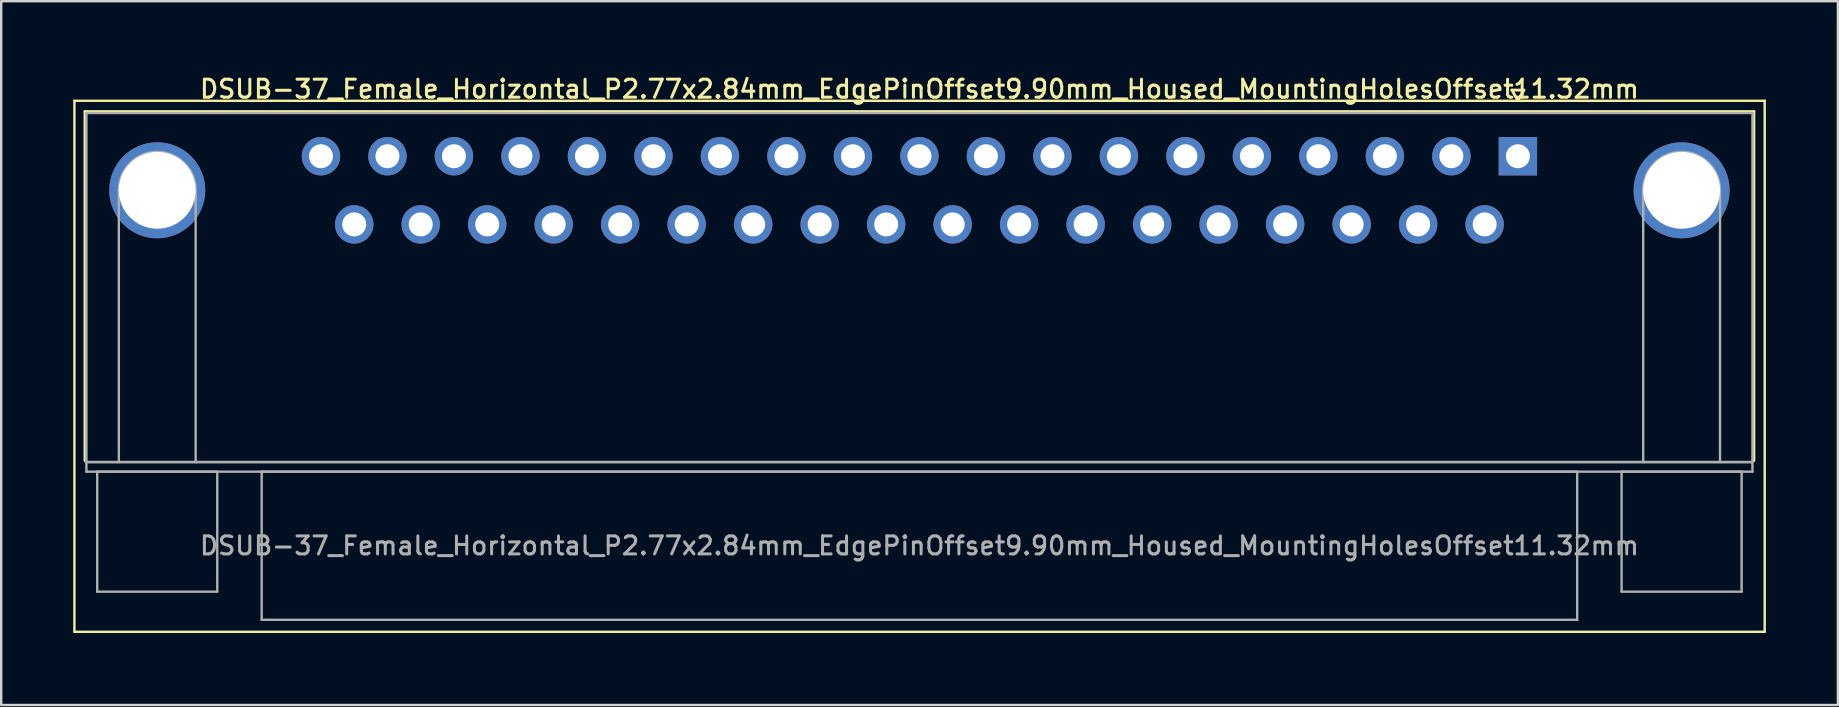
<source format=kicad_pcb>
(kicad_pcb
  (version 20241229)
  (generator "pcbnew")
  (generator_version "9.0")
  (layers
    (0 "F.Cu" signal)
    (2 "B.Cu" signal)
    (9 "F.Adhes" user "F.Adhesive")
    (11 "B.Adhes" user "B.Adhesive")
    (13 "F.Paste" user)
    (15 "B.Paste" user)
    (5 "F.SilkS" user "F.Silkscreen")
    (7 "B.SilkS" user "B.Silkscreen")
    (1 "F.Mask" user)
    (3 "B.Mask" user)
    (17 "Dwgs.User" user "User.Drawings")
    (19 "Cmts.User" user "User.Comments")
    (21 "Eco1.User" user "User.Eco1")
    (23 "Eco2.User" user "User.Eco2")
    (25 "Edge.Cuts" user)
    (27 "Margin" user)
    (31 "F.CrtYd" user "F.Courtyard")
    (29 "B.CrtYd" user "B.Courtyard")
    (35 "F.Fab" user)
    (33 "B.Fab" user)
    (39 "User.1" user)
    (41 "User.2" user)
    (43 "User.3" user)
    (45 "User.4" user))
  (footprint "DSUB-37_Female_Horizontal_P2.77x2.84mm_EdgePinOffset9.90mm_Housed_MountingHolesOffset11.32mm"
    (layer "F.Cu")
    (at 60.18 3.458)
    (property "Reference" "DSUB-37_Female_Horizontal_P2.77x2.84mm_EdgePinOffset9.90mm_Housed_MountingHolesOffset11.32mm" (at -24.93 -2.8 0) (layer "F.SilkS") (effects (font (size 0.75 0.75) (thickness 0.125))))
    (attr through_hole)
    (fp_line (start -60.13 -2.31) (end -60.13 19.81) (stroke (width 0.1) (type solid)) (layer "F.SilkS"))
    (fp_line (start -60.13 19.81) (end 10.28 19.81) (stroke (width 0.1) (type solid)) (layer "F.SilkS"))
    (fp_line (start -59.69 -1.86) (end 9.83 -1.86) (stroke (width 0.12) (type solid)) (layer "F.SilkS"))
    (fp_line (start -59.69 12.68) (end -59.69 -1.86) (stroke (width 0.12) (type solid)) (layer "F.SilkS"))
    (fp_line (start -0.25 -2.754) (end 0.25 -2.754) (stroke (width 0.12) (type solid)) (layer "F.SilkS"))
    (fp_line (start 0 -2.321) (end -0.25 -2.754) (stroke (width 0.12) (type solid)) (layer "F.SilkS"))
    (fp_line (start 0.25 -2.754) (end 0 -2.321) (stroke (width 0.12) (type solid)) (layer "F.SilkS"))
    (fp_line (start 9.83 -1.86) (end 9.83 12.68) (stroke (width 0.12) (type solid)) (layer "F.SilkS"))
    (fp_line (start 10.28 -2.31) (end -60.13 -2.31) (stroke (width 0.1) (type solid)) (layer "F.SilkS"))
    (fp_line (start 10.28 19.81) (end 10.28 -2.31) (stroke (width 0.1) (type solid)) (layer "F.SilkS"))
    (fp_line (start -59.63 -1.8) (end -59.63 12.74) (stroke (width 0.1) (type solid)) (layer "F.Fab"))
    (fp_line (start -59.63 12.74) (end -59.63 13.14) (stroke (width 0.1) (type solid)) (layer "F.Fab"))
    (fp_line (start -59.63 12.74) (end 9.77 12.74) (stroke (width 0.1) (type solid)) (layer "F.Fab"))
    (fp_line (start -59.63 13.14) (end 9.77 13.14) (stroke (width 0.1) (type solid)) (layer "F.Fab"))
    (fp_line (start -59.18 13.14) (end -59.18 18.14) (stroke (width 0.1) (type solid)) (layer "F.Fab"))
    (fp_line (start -59.18 18.14) (end -54.18 18.14) (stroke (width 0.1) (type solid)) (layer "F.Fab"))
    (fp_line (start -58.28 12.74) (end -58.28 1.42) (stroke (width 0.1) (type solid)) (layer "F.Fab"))
    (fp_line (start -55.08 12.74) (end -55.08 1.42) (stroke (width 0.1) (type solid)) (layer "F.Fab"))
    (fp_line (start -54.18 13.14) (end -59.18 13.14) (stroke (width 0.1) (type solid)) (layer "F.Fab"))
    (fp_line (start -54.18 18.14) (end -54.18 13.14) (stroke (width 0.1) (type solid)) (layer "F.Fab"))
    (fp_line (start -52.33 13.14) (end -52.33 19.31) (stroke (width 0.1) (type solid)) (layer "F.Fab"))
    (fp_line (start -52.33 19.31) (end 2.47 19.31) (stroke (width 0.1) (type solid)) (layer "F.Fab"))
    (fp_line (start 2.47 13.14) (end -52.33 13.14) (stroke (width 0.1) (type solid)) (layer "F.Fab"))
    (fp_line (start 2.47 19.31) (end 2.47 13.14) (stroke (width 0.1) (type solid)) (layer "F.Fab"))
    (fp_line (start 4.32 13.14) (end 4.32 18.14) (stroke (width 0.1) (type solid)) (layer "F.Fab"))
    (fp_line (start 4.32 18.14) (end 9.32 18.14) (stroke (width 0.1) (type solid)) (layer "F.Fab"))
    (fp_line (start 5.22 12.74) (end 5.22 1.42) (stroke (width 0.1) (type solid)) (layer "F.Fab"))
    (fp_line (start 8.42 12.74) (end 8.42 1.42) (stroke (width 0.1) (type solid)) (layer "F.Fab"))
    (fp_line (start 9.32 13.14) (end 4.32 13.14) (stroke (width 0.1) (type solid)) (layer "F.Fab"))
    (fp_line (start 9.32 18.14) (end 9.32 13.14) (stroke (width 0.1) (type solid)) (layer "F.Fab"))
    (fp_line (start 9.77 -1.8) (end -59.63 -1.8) (stroke (width 0.1) (type solid)) (layer "F.Fab"))
    (fp_line (start 9.77 12.74) (end -59.63 12.74) (stroke (width 0.1) (type solid)) (layer "F.Fab"))
    (fp_line (start 9.77 12.74) (end 9.77 -1.8) (stroke (width 0.1) (type solid)) (layer "F.Fab"))
    (fp_line (start 9.77 13.14) (end 9.77 12.74) (stroke (width 0.1) (type solid)) (layer "F.Fab"))
    (fp_arc (start -58.28 1.42) (mid -56.68 -0.18) (end -55.08 1.42) (stroke (width 0.1) (type solid)) (layer "F.Fab"))
    (fp_arc (start 5.22 1.42) (mid 6.82 -0.18) (end 8.42 1.42) (stroke (width 0.1) (type solid)) (layer "F.Fab"))
    (fp_text user "${REFERENCE}" (at -24.93 16.225 0) (layer "F.Fab") (effects (font (size 0.75 0.75) (thickness 0.125))))
    (pad "0" thru_hole circle (at -56.68 1.42) (size 4 4) (drill 3.2) (layers "*.Cu" "*.Mask"))
    (pad "0" thru_hole circle (at 6.82 1.42) (size 4 4) (drill 3.2) (layers "*.Cu" "*.Mask"))
    (pad "1" thru_hole rect (at 0 0) (size 1.6 1.6) (drill 1) (layers "*.Cu" "*.Mask"))
    (pad "2" thru_hole circle (at -2.77 0) (size 1.6 1.6) (drill 1) (layers "*.Cu" "*.Mask"))
    (pad "3" thru_hole circle (at -5.54 0) (size 1.6 1.6) (drill 1) (layers "*.Cu" "*.Mask"))
    (pad "4" thru_hole circle (at -8.31 0) (size 1.6 1.6) (drill 1) (layers "*.Cu" "*.Mask"))
    (pad "5" thru_hole circle (at -11.08 0) (size 1.6 1.6) (drill 1) (layers "*.Cu" "*.Mask"))
    (pad "6" thru_hole circle (at -13.85 0) (size 1.6 1.6) (drill 1) (layers "*.Cu" "*.Mask"))
    (pad "7" thru_hole circle (at -16.62 0) (size 1.6 1.6) (drill 1) (layers "*.Cu" "*.Mask"))
    (pad "8" thru_hole circle (at -19.39 0) (size 1.6 1.6) (drill 1) (layers "*.Cu" "*.Mask"))
    (pad "9" thru_hole circle (at -22.16 0) (size 1.6 1.6) (drill 1) (layers "*.Cu" "*.Mask"))
    (pad "10" thru_hole circle (at -24.93 0) (size 1.6 1.6) (drill 1) (layers "*.Cu" "*.Mask"))
    (pad "11" thru_hole circle (at -27.7 0) (size 1.6 1.6) (drill 1) (layers "*.Cu" "*.Mask"))
    (pad "12" thru_hole circle (at -30.47 0) (size 1.6 1.6) (drill 1) (layers "*.Cu" "*.Mask"))
    (pad "13" thru_hole circle (at -33.24 0) (size 1.6 1.6) (drill 1) (layers "*.Cu" "*.Mask"))
    (pad "14" thru_hole circle (at -36.01 0) (size 1.6 1.6) (drill 1) (layers "*.Cu" "*.Mask"))
    (pad "15" thru_hole circle (at -38.78 0) (size 1.6 1.6) (drill 1) (layers "*.Cu" "*.Mask"))
    (pad "16" thru_hole circle (at -41.55 0) (size 1.6 1.6) (drill 1) (layers "*.Cu" "*.Mask"))
    (pad "17" thru_hole circle (at -44.32 0) (size 1.6 1.6) (drill 1) (layers "*.Cu" "*.Mask"))
    (pad "18" thru_hole circle (at -47.09 0) (size 1.6 1.6) (drill 1) (layers "*.Cu" "*.Mask"))
    (pad "19" thru_hole circle (at -49.86 0) (size 1.6 1.6) (drill 1) (layers "*.Cu" "*.Mask"))
    (pad "20" thru_hole circle (at -1.385 2.84) (size 1.6 1.6) (drill 1) (layers "*.Cu" "*.Mask"))
    (pad "21" thru_hole circle (at -4.155 2.84) (size 1.6 1.6) (drill 1) (layers "*.Cu" "*.Mask"))
    (pad "22" thru_hole circle (at -6.925 2.84) (size 1.6 1.6) (drill 1) (layers "*.Cu" "*.Mask"))
    (pad "23" thru_hole circle (at -9.695 2.84) (size 1.6 1.6) (drill 1) (layers "*.Cu" "*.Mask"))
    (pad "24" thru_hole circle (at -12.465 2.84) (size 1.6 1.6) (drill 1) (layers "*.Cu" "*.Mask"))
    (pad "25" thru_hole circle (at -15.235 2.84) (size 1.6 1.6) (drill 1) (layers "*.Cu" "*.Mask"))
    (pad "26" thru_hole circle (at -18.005 2.84) (size 1.6 1.6) (drill 1) (layers "*.Cu" "*.Mask"))
    (pad "27" thru_hole circle (at -20.775 2.84) (size 1.6 1.6) (drill 1) (layers "*.Cu" "*.Mask"))
    (pad "28" thru_hole circle (at -23.545 2.84) (size 1.6 1.6) (drill 1) (layers "*.Cu" "*.Mask"))
    (pad "29" thru_hole circle (at -26.315 2.84) (size 1.6 1.6) (drill 1) (layers "*.Cu" "*.Mask"))
    (pad "30" thru_hole circle (at -29.085 2.84) (size 1.6 1.6) (drill 1) (layers "*.Cu" "*.Mask"))
    (pad "31" thru_hole circle (at -31.855 2.84) (size 1.6 1.6) (drill 1) (layers "*.Cu" "*.Mask"))
    (pad "32" thru_hole circle (at -34.625 2.84) (size 1.6 1.6) (drill 1) (layers "*.Cu" "*.Mask"))
    (pad "33" thru_hole circle (at -37.395 2.84) (size 1.6 1.6) (drill 1) (layers "*.Cu" "*.Mask"))
    (pad "34" thru_hole circle (at -40.165 2.84) (size 1.6 1.6) (drill 1) (layers "*.Cu" "*.Mask"))
    (pad "35" thru_hole circle (at -42.935 2.84) (size 1.6 1.6) (drill 1) (layers "*.Cu" "*.Mask"))
    (pad "36" thru_hole circle (at -45.705 2.84) (size 1.6 1.6) (drill 1) (layers "*.Cu" "*.Mask"))
    (pad "37" thru_hole circle (at -48.475 2.84) (size 1.6 1.6) (drill 1) (layers "*.Cu" "*.Mask")))
  (gr_rect
    (start -3 -3)
    (end 73.51 26.318)
    (stroke (width 0.1) (type default))
    (fill no)
    (layer "Edge.Cuts")))
</source>
